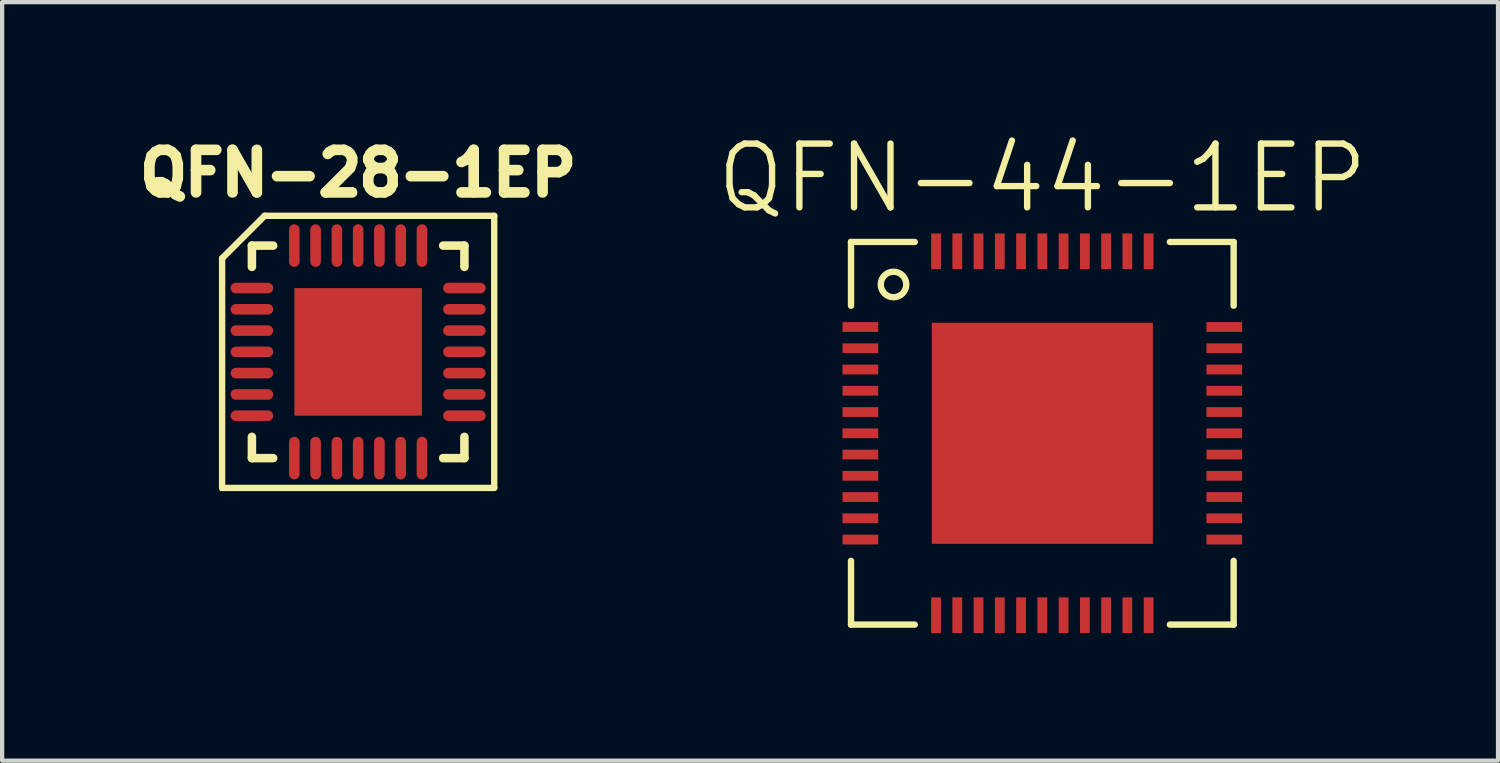
<source format=kicad_pcb>
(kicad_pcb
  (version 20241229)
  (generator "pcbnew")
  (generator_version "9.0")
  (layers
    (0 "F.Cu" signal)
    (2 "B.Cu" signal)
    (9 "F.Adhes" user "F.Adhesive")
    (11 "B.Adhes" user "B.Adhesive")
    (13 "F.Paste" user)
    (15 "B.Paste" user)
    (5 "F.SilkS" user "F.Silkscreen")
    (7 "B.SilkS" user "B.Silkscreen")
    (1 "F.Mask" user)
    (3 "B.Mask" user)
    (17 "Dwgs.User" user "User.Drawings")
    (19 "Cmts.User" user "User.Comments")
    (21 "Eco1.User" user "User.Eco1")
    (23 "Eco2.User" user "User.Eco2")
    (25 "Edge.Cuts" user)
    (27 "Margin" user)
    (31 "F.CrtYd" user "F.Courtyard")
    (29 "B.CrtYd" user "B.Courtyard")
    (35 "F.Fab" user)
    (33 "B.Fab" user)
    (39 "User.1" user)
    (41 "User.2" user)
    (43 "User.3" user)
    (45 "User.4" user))
  (footprint "QFN-28-1EP"
    (layer "F.Cu")
    (at 5.374 5.226)
    (property "Reference" "QFN-28-1EP" (at 0 -4.201 0) (layer "F.SilkS") (effects (font (size 1.001 1.001) (thickness 0.305))))
    (attr through_hole)
    (fp_line (start -3.2 -2.2) (end -3.2 3.2) (stroke (width 0.15) (type solid)) (layer "F.SilkS"))
    (fp_line (start -3.2 3.2) (end 3.2 3.2) (stroke (width 0.15) (type solid)) (layer "F.SilkS"))
    (fp_line (start -2.499 -2.499) (end -2.499 -1.999) (stroke (width 0.201) (type solid)) (layer "F.SilkS"))
    (fp_line (start -2.499 1.999) (end -2.499 2.499) (stroke (width 0.201) (type solid)) (layer "F.SilkS"))
    (fp_line (start -2.499 2.499) (end -1.999 2.499) (stroke (width 0.201) (type solid)) (layer "F.SilkS"))
    (fp_line (start -2.2 -3.2) (end -3.2 -2.2) (stroke (width 0.15) (type solid)) (layer "F.SilkS"))
    (fp_line (start -1.999 -2.499) (end -2.499 -2.499) (stroke (width 0.201) (type solid)) (layer "F.SilkS"))
    (fp_line (start 1.999 2.499) (end 2.499 2.499) (stroke (width 0.201) (type solid)) (layer "F.SilkS"))
    (fp_line (start 2.499 -2.499) (end 1.999 -2.499) (stroke (width 0.201) (type solid)) (layer "F.SilkS"))
    (fp_line (start 2.499 -1.999) (end 2.499 -2.499) (stroke (width 0.201) (type solid)) (layer "F.SilkS"))
    (fp_line (start 2.499 2.499) (end 2.499 1.999) (stroke (width 0.201) (type solid)) (layer "F.SilkS"))
    (fp_line (start 3.2 -3.2) (end -2.2 -3.2) (stroke (width 0.15) (type solid)) (layer "F.SilkS"))
    (fp_line (start 3.2 3.2) (end 3.2 -3.2) (stroke (width 0.15) (type solid)) (layer "F.SilkS"))
    (pad "1" smd oval (at -2.499 -1.501) (size 1.001 0.249) (layers "F.Cu" "F.Mask" "F.Paste"))
    (pad "2" smd oval (at -2.499 -1.001) (size 1.001 0.249) (layers "F.Cu" "F.Mask" "F.Paste"))
    (pad "3" smd oval (at -2.499 -0.5) (size 1.001 0.249) (layers "F.Cu" "F.Mask" "F.Paste"))
    (pad "4" smd oval (at -2.499 0) (size 1.001 0.249) (layers "F.Cu" "F.Mask" "F.Paste"))
    (pad "5" smd oval (at -2.499 0.5) (size 1.001 0.249) (layers "F.Cu" "F.Mask" "F.Paste"))
    (pad "6" smd oval (at -2.499 1.001) (size 1.001 0.249) (layers "F.Cu" "F.Mask" "F.Paste"))
    (pad "7" smd oval (at -2.499 1.501) (size 1.001 0.249) (layers "F.Cu" "F.Mask" "F.Paste"))
    (pad "8" smd oval (at -1.501 2.499 90) (size 1.001 0.249) (layers "F.Cu" "F.Mask" "F.Paste"))
    (pad "9" smd oval (at -1.001 2.499 90) (size 1.001 0.249) (layers "F.Cu" "F.Mask" "F.Paste"))
    (pad "10" smd oval (at -0.5 2.499 90) (size 1.001 0.249) (layers "F.Cu" "F.Mask" "F.Paste"))
    (pad "11" smd oval (at 0 2.499 90) (size 1.001 0.249) (layers "F.Cu" "F.Mask" "F.Paste"))
    (pad "12" smd oval (at 0.5 2.499 90) (size 1.001 0.249) (layers "F.Cu" "F.Mask" "F.Paste"))
    (pad "13" smd oval (at 1.001 2.499 90) (size 1.001 0.249) (layers "F.Cu" "F.Mask" "F.Paste"))
    (pad "14" smd oval (at 1.501 2.499 90) (size 1.001 0.249) (layers "F.Cu" "F.Mask" "F.Paste"))
    (pad "15" smd oval (at 2.499 1.501 180) (size 1.001 0.249) (layers "F.Cu" "F.Mask" "F.Paste"))
    (pad "16" smd oval (at 2.499 1.001 180) (size 1.001 0.249) (layers "F.Cu" "F.Mask" "F.Paste"))
    (pad "17" smd oval (at 2.499 0.5 180) (size 1.001 0.249) (layers "F.Cu" "F.Mask" "F.Paste"))
    (pad "18" smd oval (at 2.499 0 180) (size 1.001 0.249) (layers "F.Cu" "F.Mask" "F.Paste"))
    (pad "19" smd oval (at 2.499 -0.5 180) (size 1.001 0.249) (layers "F.Cu" "F.Mask" "F.Paste"))
    (pad "20" smd oval (at 2.499 -1.001 180) (size 1.001 0.249) (layers "F.Cu" "F.Mask" "F.Paste"))
    (pad "21" smd oval (at 2.499 -1.501 180) (size 1.001 0.249) (layers "F.Cu" "F.Mask" "F.Paste"))
    (pad "22" smd oval (at 1.501 -2.499 270) (size 1.001 0.249) (layers "F.Cu" "F.Mask" "F.Paste"))
    (pad "23" smd oval (at 1.001 -2.499 270) (size 1.001 0.249) (layers "F.Cu" "F.Mask" "F.Paste"))
    (pad "24" smd oval (at 0.5 -2.499 270) (size 1.001 0.249) (layers "F.Cu" "F.Mask" "F.Paste"))
    (pad "25" smd oval (at 0 -2.499 270) (size 1.001 0.249) (layers "F.Cu" "F.Mask" "F.Paste"))
    (pad "26" smd oval (at -0.5 -2.499 270) (size 1.001 0.249) (layers "F.Cu" "F.Mask" "F.Paste"))
    (pad "27" smd oval (at -1.001 -2.499 270) (size 1.001 0.249) (layers "F.Cu" "F.Mask" "F.Paste"))
    (pad "28" smd oval (at -1.501 -2.499 270) (size 1.001 0.249) (layers "F.Cu" "F.Mask" "F.Paste"))
    (pad "29" smd rect (at 0 0 270) (size 3 3) (layers "F.Cu")))
  (footprint "QFN-44-1EP"
    (layer "F.Cu")
    (at 21.466 7.141)
    (property "Reference" "QFN-44-1EP" (at 0 -6 0) (layer "F.SilkS") (effects (font (size 1.5 1.5) (thickness 0.15))))
    (attr smd)
    (fp_line (start -4.5 -4.5) (end -3 -4.5) (stroke (width 0.15) (type solid)) (layer "F.SilkS"))
    (fp_line (start -4.5 -3) (end -4.5 -4.5) (stroke (width 0.15) (type solid)) (layer "F.SilkS"))
    (fp_line (start -4.5 3) (end -4.5 4.5) (stroke (width 0.15) (type solid)) (layer "F.SilkS"))
    (fp_line (start -4.5 4.5) (end -3 4.5) (stroke (width 0.15) (type solid)) (layer "F.SilkS"))
    (fp_line (start 3 -4.5) (end 4.5 -4.5) (stroke (width 0.15) (type solid)) (layer "F.SilkS"))
    (fp_line (start 3 4.5) (end 4.5 4.5) (stroke (width 0.15) (type solid)) (layer "F.SilkS"))
    (fp_line (start 4.5 -4.5) (end 4.5 -3) (stroke (width 0.15) (type solid)) (layer "F.SilkS"))
    (fp_line (start 4.5 4.5) (end 4.5 3) (stroke (width 0.15) (type solid)) (layer "F.SilkS"))
    (fp_circle (center -3.5 -3.5) (end -3.8 -3.5) (stroke (width 0.15) (type solid)) (fill no) (layer "F.SilkS"))
    (pad "1" smd rect (at -4.5 -2.5) (size 0.84 0.23) (drill (offset 0.22 0)) (layers "F.Cu" "F.Mask" "F.Paste"))
    (pad "2" smd rect (at -4.5 -2) (size 0.84 0.23) (drill (offset 0.22 0)) (layers "F.Cu" "F.Mask" "F.Paste"))
    (pad "3" smd rect (at -4.5 -1.5) (size 0.84 0.23) (drill (offset 0.22 0)) (layers "F.Cu" "F.Mask" "F.Paste"))
    (pad "4" smd rect (at -4.5 -1) (size 0.84 0.23) (drill (offset 0.22 0)) (layers "F.Cu" "F.Mask" "F.Paste"))
    (pad "5" smd rect (at -4.5 -0.5) (size 0.84 0.23) (drill (offset 0.22 0)) (layers "F.Cu" "F.Mask" "F.Paste"))
    (pad "6" smd rect (at -4.5 0) (size 0.84 0.23) (drill (offset 0.22 0)) (layers "F.Cu" "F.Mask" "F.Paste"))
    (pad "7" smd rect (at -4.5 0.5) (size 0.84 0.23) (drill (offset 0.22 0)) (layers "F.Cu" "F.Mask" "F.Paste"))
    (pad "8" smd rect (at -4.5 1) (size 0.84 0.23) (drill (offset 0.22 0)) (layers "F.Cu" "F.Mask" "F.Paste"))
    (pad "9" smd rect (at -4.5 1.5) (size 0.84 0.23) (drill (offset 0.22 0)) (layers "F.Cu" "F.Mask" "F.Paste"))
    (pad "10" smd rect (at -4.5 2) (size 0.84 0.23) (drill (offset 0.22 0)) (layers "F.Cu" "F.Mask" "F.Paste"))
    (pad "11" smd rect (at -4.5 2.5) (size 0.84 0.23) (drill (offset 0.22 0)) (layers "F.Cu" "F.Mask" "F.Paste"))
    (pad "12" smd rect (at -2.5 4.5) (size 0.23 0.84) (drill (offset 0 -0.22)) (layers "F.Cu" "F.Mask" "F.Paste"))
    (pad "13" smd rect (at -2 4.5) (size 0.23 0.84) (drill (offset 0 -0.22)) (layers "F.Cu" "F.Mask" "F.Paste"))
    (pad "14" smd rect (at -1.5 4.5) (size 0.23 0.84) (drill (offset 0 -0.22)) (layers "F.Cu" "F.Mask" "F.Paste"))
    (pad "15" smd rect (at -1 4.5) (size 0.23 0.84) (drill (offset 0 -0.22)) (layers "F.Cu" "F.Mask" "F.Paste"))
    (pad "16" smd rect (at -0.5 4.5) (size 0.23 0.84) (drill (offset 0 -0.22)) (layers "F.Cu" "F.Mask" "F.Paste"))
    (pad "17" smd rect (at 0 4.5) (size 0.23 0.84) (drill (offset 0 -0.22)) (layers "F.Cu" "F.Mask" "F.Paste"))
    (pad "18" smd rect (at 0.5 4.5) (size 0.23 0.84) (drill (offset 0 -0.22)) (layers "F.Cu" "F.Mask" "F.Paste"))
    (pad "19" smd rect (at 1 4.5) (size 0.23 0.84) (drill (offset 0 -0.22)) (layers "F.Cu" "F.Mask" "F.Paste"))
    (pad "20" smd rect (at 1.5 4.5) (size 0.23 0.84) (drill (offset 0 -0.22)) (layers "F.Cu" "F.Mask" "F.Paste"))
    (pad "21" smd rect (at 2 4.5) (size 0.23 0.84) (drill (offset 0 -0.22)) (layers "F.Cu" "F.Mask" "F.Paste"))
    (pad "22" smd rect (at 2.5 4.5) (size 0.23 0.84) (drill (offset 0 -0.22)) (layers "F.Cu" "F.Mask" "F.Paste"))
    (pad "23" smd rect (at 4.5 2.5) (size 0.84 0.23) (drill (offset -0.22 0)) (layers "F.Cu" "F.Mask" "F.Paste"))
    (pad "24" smd rect (at 4.5 2) (size 0.84 0.23) (drill (offset -0.22 0)) (layers "F.Cu" "F.Mask" "F.Paste"))
    (pad "25" smd rect (at 4.5 1.5) (size 0.84 0.23) (drill (offset -0.22 0)) (layers "F.Cu" "F.Mask" "F.Paste"))
    (pad "26" smd rect (at 4.5 1) (size 0.84 0.23) (drill (offset -0.22 0)) (layers "F.Cu" "F.Mask" "F.Paste"))
    (pad "27" smd rect (at 4.5 0.5) (size 0.84 0.23) (drill (offset -0.22 0)) (layers "F.Cu" "F.Mask" "F.Paste"))
    (pad "28" smd rect (at 4.5 0) (size 0.84 0.23) (drill (offset -0.22 0)) (layers "F.Cu" "F.Mask" "F.Paste"))
    (pad "29" smd rect (at 4.5 -0.5) (size 0.84 0.23) (drill (offset -0.22 0)) (layers "F.Cu" "F.Mask" "F.Paste"))
    (pad "30" smd rect (at 4.5 -1) (size 0.84 0.23) (drill (offset -0.22 0)) (layers "F.Cu" "F.Mask" "F.Paste"))
    (pad "31" smd rect (at 4.5 -1.5) (size 0.84 0.23) (drill (offset -0.22 0)) (layers "F.Cu" "F.Mask" "F.Paste"))
    (pad "32" smd rect (at 4.5 -2) (size 0.84 0.23) (drill (offset -0.22 0)) (layers "F.Cu" "F.Mask" "F.Paste"))
    (pad "33" smd rect (at 4.5 -2.5) (size 0.84 0.23) (drill (offset -0.22 0)) (layers "F.Cu" "F.Mask" "F.Paste"))
    (pad "34" smd rect (at 2.5 -4.5) (size 0.23 0.84) (drill (offset 0 0.22)) (layers "F.Cu" "F.Mask" "F.Paste"))
    (pad "35" smd rect (at 2 -4.5) (size 0.23 0.84) (drill (offset 0 0.22)) (layers "F.Cu" "F.Mask" "F.Paste"))
    (pad "36" smd rect (at 1.5 -4.5) (size 0.23 0.84) (drill (offset 0 0.22)) (layers "F.Cu" "F.Mask" "F.Paste"))
    (pad "37" smd rect (at 1 -4.5) (size 0.23 0.84) (drill (offset 0 0.22)) (layers "F.Cu" "F.Mask" "F.Paste"))
    (pad "38" smd rect (at 0.5 -4.5) (size 0.23 0.84) (drill (offset 0 0.22)) (layers "F.Cu" "F.Mask" "F.Paste"))
    (pad "39" smd rect (at 0 -4.5) (size 0.23 0.84) (drill (offset 0 0.22)) (layers "F.Cu" "F.Mask" "F.Paste"))
    (pad "40" smd rect (at -0.5 -4.5) (size 0.23 0.84) (drill (offset 0 0.22)) (layers "F.Cu" "F.Mask" "F.Paste"))
    (pad "41" smd rect (at -1 -4.5) (size 0.23 0.84) (drill (offset 0 0.22)) (layers "F.Cu" "F.Mask" "F.Paste"))
    (pad "42" smd rect (at -1.5 -4.5) (size 0.23 0.84) (drill (offset 0 0.22)) (layers "F.Cu" "F.Mask" "F.Paste"))
    (pad "43" smd rect (at -2 -4.5) (size 0.23 0.84) (drill (offset 0 0.22)) (layers "F.Cu" "F.Mask" "F.Paste"))
    (pad "44" smd rect (at -2.5 -4.5) (size 0.23 0.84) (drill (offset 0 0.22)) (layers "F.Cu" "F.Mask" "F.Paste"))
    (pad "45" smd rect (at 0 0) (size 5.2 5.2) (layers "F.Cu" "F.Mask" "F.Paste")))
  (gr_rect
    (start -3 -3)
    (end 32.184 14.841)
    (stroke (width 0.1) (type default))
    (fill no)
    (layer "Edge.Cuts")))
</source>
